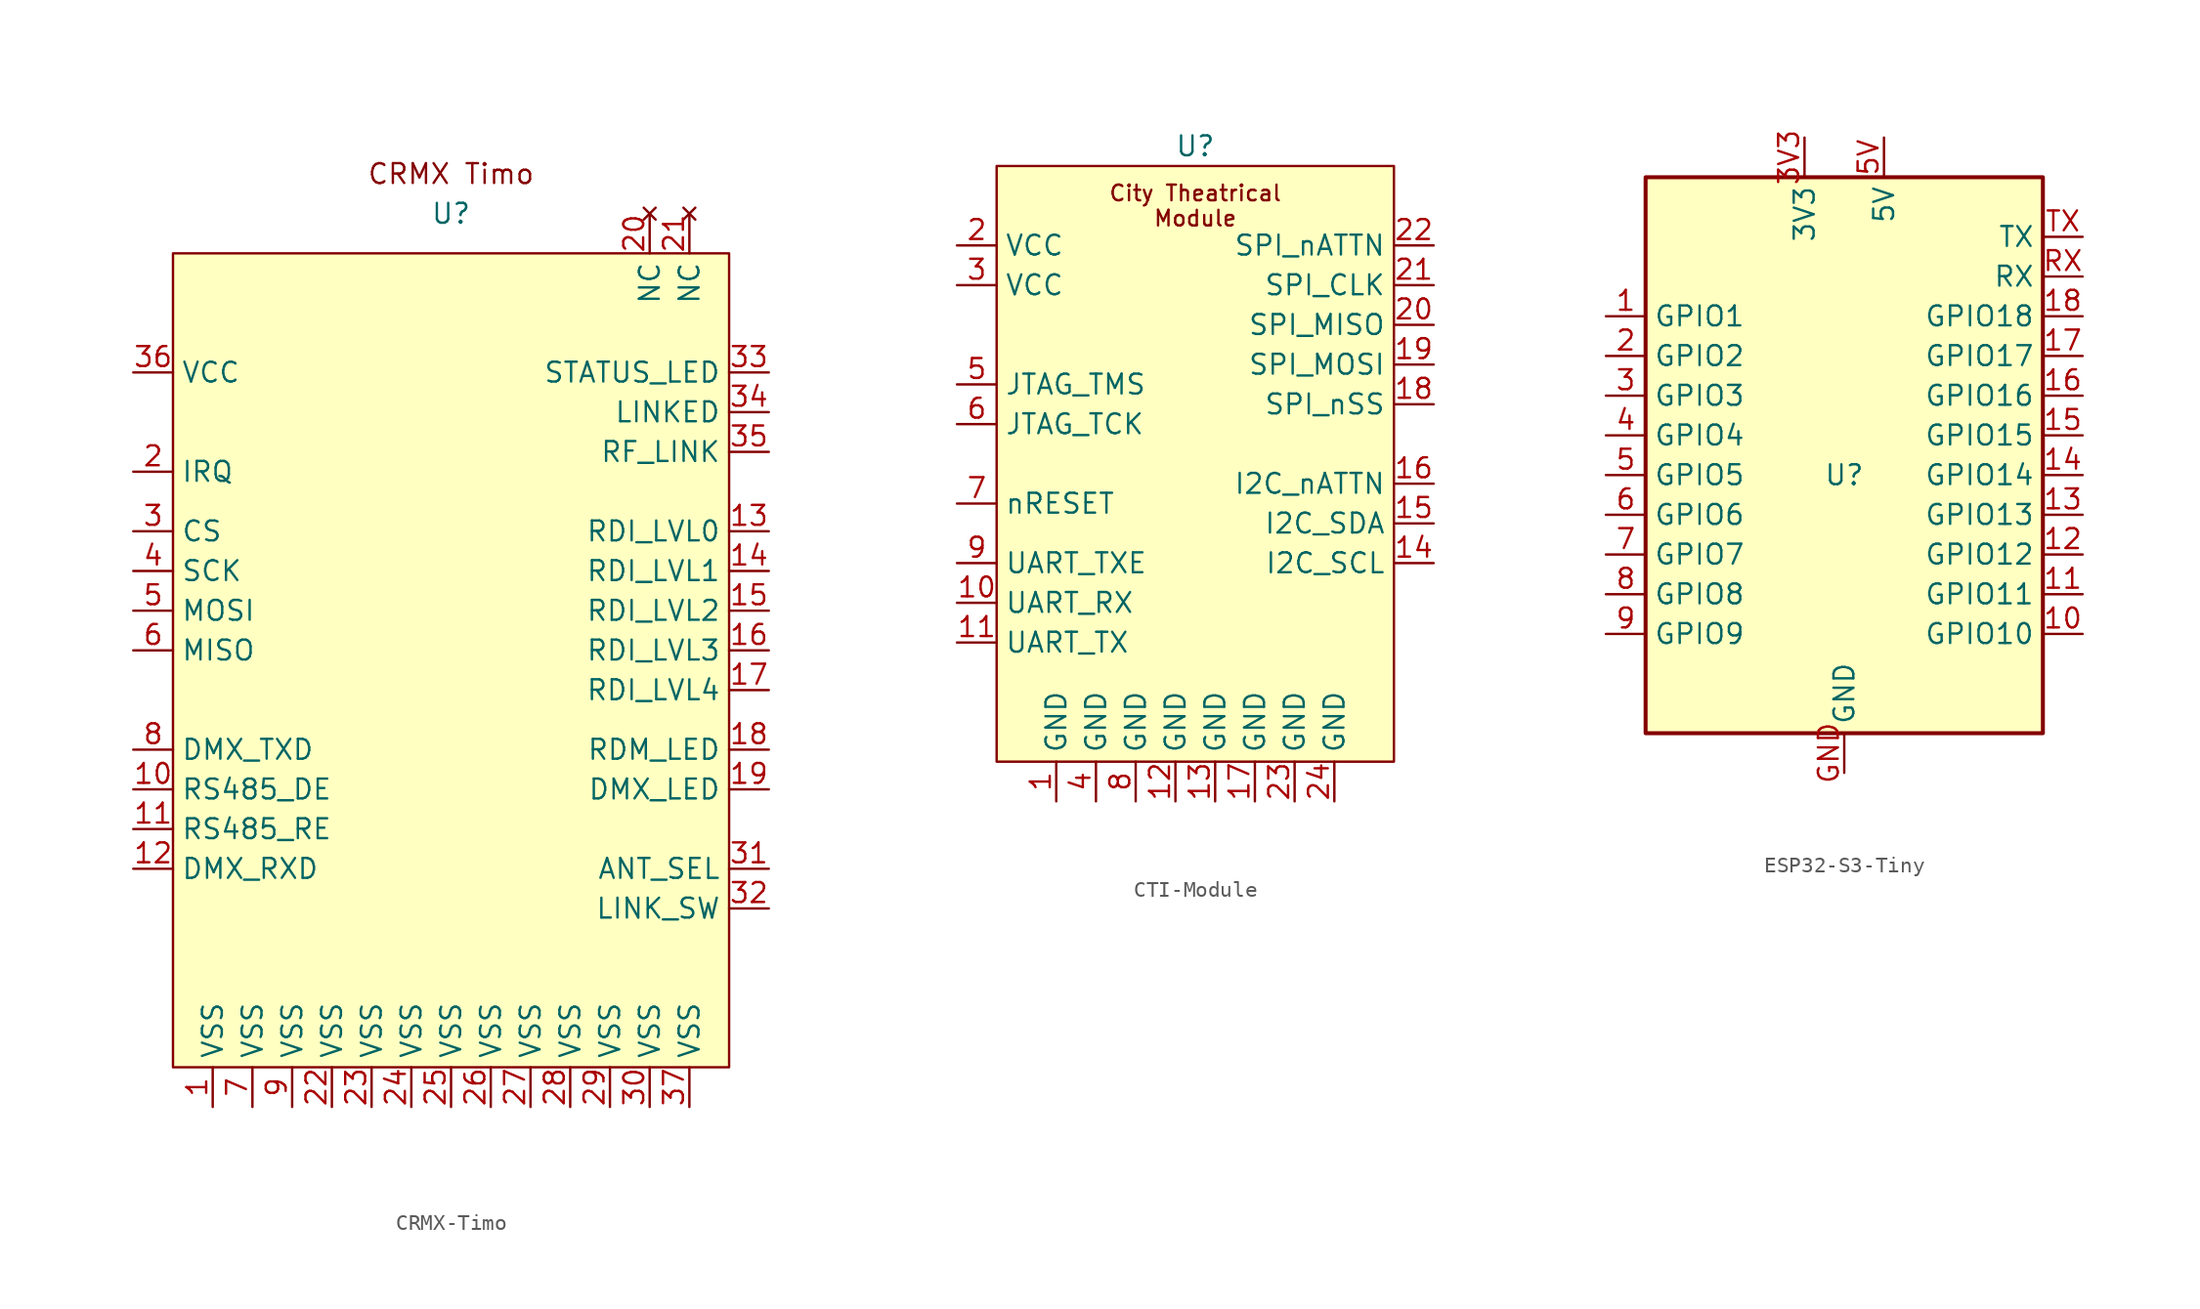
<source format=kicad_sym>
(kicad_symbol_lib
  (version 20231120)
  (generator "kicad_symbol_editor")
  (generator_version "8.0")
  (symbol "CRMX-Timo"
    (property "Reference" "U"
      (at 0 33.02 0)
      (effects (font (size 1.27 1.27))))
    (property "Value" ""
      (at -2.54 2.54 0)
      (effects (font (size 1.27 1.27))))
    (symbol "CRMX-Timo_1_1"
      (rectangle (start -17.78 30.48) (end 17.78 -21.59) (stroke (width 0) (type default)) (fill (type background)))
      (text "CRMX Timo" (at 0 35.56 0) (effects (font (size 1.27 1.27))))
      (pin input line (at -15.24 -24.13 90) (length 2.54) (name "VSS" (effects (font (size 1.27 1.27)))) (number "1" (effects (font (size 1.27 1.27)))))
      (pin output line (at -20.32 -3.81 0) (length 2.54) (name "RS485_DE" (effects (font (size 1.27 1.27)))) (number "10" (effects (font (size 1.27 1.27)))))
      (pin output line (at -20.32 -6.35 0) (length 2.54) (name "RS485_RE" (effects (font (size 1.27 1.27)))) (number "11" (effects (font (size 1.27 1.27)))))
      (pin input line (at -20.32 -8.89 0) (length 2.54) (name "DMX_RXD" (effects (font (size 1.27 1.27)))) (number "12" (effects (font (size 1.27 1.27)))))
      (pin output line (at 20.32 12.7 180) (length 2.54) (name "RDI_LVL0" (effects (font (size 1.27 1.27)))) (number "13" (effects (font (size 1.27 1.27)))))
      (pin output line (at 20.32 10.16 180) (length 2.54) (name "RDI_LVL1" (effects (font (size 1.27 1.27)))) (number "14" (effects (font (size 1.27 1.27)))))
      (pin output line (at 20.32 7.62 180) (length 2.54) (name "RDI_LVL2" (effects (font (size 1.27 1.27)))) (number "15" (effects (font (size 1.27 1.27)))))
      (pin output line (at 20.32 5.08 180) (length 2.54) (name "RDI_LVL3" (effects (font (size 1.27 1.27)))) (number "16" (effects (font (size 1.27 1.27)))))
      (pin output line (at 20.32 2.54 180) (length 2.54) (name "RDI_LVL4" (effects (font (size 1.27 1.27)))) (number "17" (effects (font (size 1.27 1.27)))))
      (pin output line (at 20.32 -1.27 180) (length 2.54) (name "RDM_LED" (effects (font (size 1.27 1.27)))) (number "18" (effects (font (size 1.27 1.27)))))
      (pin output line (at 20.32 -3.81 180) (length 2.54) (name "DMX_LED" (effects (font (size 1.27 1.27)))) (number "19" (effects (font (size 1.27 1.27)))))
      (pin output line (at -20.32 16.51 0) (length 2.54) (name "IRQ" (effects (font (size 1.27 1.27)))) (number "2" (effects (font (size 1.27 1.27)))))
      (pin no_connect line (at 12.7 33.02 270) (length 2.54) (name "NC" (effects (font (size 1.27 1.27)))) (number "20" (effects (font (size 1.27 1.27)))))
      (pin no_connect line (at 15.24 33.02 270) (length 2.54) (name "NC" (effects (font (size 1.27 1.27)))) (number "21" (effects (font (size 1.27 1.27)))))
      (pin input line (at -7.62 -24.13 90) (length 2.54) (name "VSS" (effects (font (size 1.27 1.27)))) (number "22" (effects (font (size 1.27 1.27)))))
      (pin input line (at -5.08 -24.13 90) (length 2.54) (name "VSS" (effects (font (size 1.27 1.27)))) (number "23" (effects (font (size 1.27 1.27)))))
      (pin input line (at -2.54 -24.13 90) (length 2.54) (name "VSS" (effects (font (size 1.27 1.27)))) (number "24" (effects (font (size 1.27 1.27)))))
      (pin input line (at 0 -24.13 90) (length 2.54) (name "VSS" (effects (font (size 1.27 1.27)))) (number "25" (effects (font (size 1.27 1.27)))))
      (pin input line (at 2.54 -24.13 90) (length 2.54) (name "VSS" (effects (font (size 1.27 1.27)))) (number "26" (effects (font (size 1.27 1.27)))))
      (pin input line (at 5.08 -24.13 90) (length 2.54) (name "VSS" (effects (font (size 1.27 1.27)))) (number "27" (effects (font (size 1.27 1.27)))))
      (pin input line (at 7.62 -24.13 90) (length 2.54) (name "VSS" (effects (font (size 1.27 1.27)))) (number "28" (effects (font (size 1.27 1.27)))))
      (pin input line (at 10.16 -24.13 90) (length 2.54) (name "VSS" (effects (font (size 1.27 1.27)))) (number "29" (effects (font (size 1.27 1.27)))))
      (pin input line (at -20.32 12.7 0) (length 2.54) (name "CS" (effects (font (size 1.27 1.27)))) (number "3" (effects (font (size 1.27 1.27)))))
      (pin input line (at 12.7 -24.13 90) (length 2.54) (name "VSS" (effects (font (size 1.27 1.27)))) (number "30" (effects (font (size 1.27 1.27)))))
      (pin input line (at 20.32 -8.89 180) (length 2.54) (name "ANT_SEL" (effects (font (size 1.27 1.27)))) (number "31" (effects (font (size 1.27 1.27)))))
      (pin input line (at 20.32 -11.43 180) (length 2.54) (name "LINK_SW" (effects (font (size 1.27 1.27)))) (number "32" (effects (font (size 1.27 1.27)))))
      (pin output line (at 20.32 22.86 180) (length 2.54) (name "STATUS_LED" (effects (font (size 1.27 1.27)))) (number "33" (effects (font (size 1.27 1.27)))))
      (pin output line (at 20.32 20.32 180) (length 2.54) (name "LINKED" (effects (font (size 1.27 1.27)))) (number "34" (effects (font (size 1.27 1.27)))))
      (pin output line (at 20.32 17.78 180) (length 2.54) (name "RF_LINK" (effects (font (size 1.27 1.27)))) (number "35" (effects (font (size 1.27 1.27)))))
      (pin input line (at -20.32 22.86 0) (length 2.54) (name "VCC" (effects (font (size 1.27 1.27)))) (number "36" (effects (font (size 1.27 1.27)))))
      (pin input line (at 15.24 -24.13 90) (length 2.54) (name "VSS" (effects (font (size 1.27 1.27)))) (number "37" (effects (font (size 1.27 1.27)))))
      (pin input line (at -20.32 10.16 0) (length 2.54) (name "SCK" (effects (font (size 1.27 1.27)))) (number "4" (effects (font (size 1.27 1.27)))))
      (pin input line (at -20.32 7.62 0) (length 2.54) (name "MOSI" (effects (font (size 1.27 1.27)))) (number "5" (effects (font (size 1.27 1.27)))))
      (pin output line (at -20.32 5.08 0) (length 2.54) (name "MISO" (effects (font (size 1.27 1.27)))) (number "6" (effects (font (size 1.27 1.27)))))
      (pin input line (at -12.7 -24.13 90) (length 2.54) (name "VSS" (effects (font (size 1.27 1.27)))) (number "7" (effects (font (size 1.27 1.27)))))
      (pin output line (at -20.32 -1.27 0) (length 2.54) (name "DMX_TXD" (effects (font (size 1.27 1.27)))) (number "8" (effects (font (size 1.27 1.27)))))
      (pin input line (at -10.16 -24.13 90) (length 2.54) (name "VSS" (effects (font (size 1.27 1.27)))) (number "9" (effects (font (size 1.27 1.27)))))))
  (symbol "CTI-Module"
    (property "Reference" "U"
      (at 0 0 0)
      (effects (font (size 1.27 1.27))))
    (property "Value" ""
      (at 0 0 0)
      (effects (font (size 1.27 1.27))))
    (symbol "CTI-Module_1_1"
      (rectangle (start -12.7 -1.27) (end 12.7 -39.37) (stroke (width 0) (type default)) (fill (type background)))
      (text "City Theatrical\nModule" (at 0 -3.81 0) (effects (font (size 1 1))))
      (pin input line (at -8.89 -41.91 90) (length 2.54) (name "GND" (effects (font (size 1.27 1.27)))) (number "1" (effects (font (size 1.27 1.27)))))
      (pin input line (at -15.24 -29.21 0) (length 2.54) (name "UART_RX" (effects (font (size 1.27 1.27)))) (number "10" (effects (font (size 1.27 1.27)))))
      (pin output line (at -15.24 -31.75 0) (length 2.54) (name "UART_TX" (effects (font (size 1.27 1.27)))) (number "11" (effects (font (size 1.27 1.27)))))
      (pin input line (at -1.27 -41.91 90) (length 2.54) (name "GND" (effects (font (size 1.27 1.27)))) (number "12" (effects (font (size 1.27 1.27)))))
      (pin input line (at 1.27 -41.91 90) (length 2.54) (name "GND" (effects (font (size 1.27 1.27)))) (number "13" (effects (font (size 1.27 1.27)))))
      (pin input line (at 15.24 -26.67 180) (length 2.54) (name "I2C_SCL" (effects (font (size 1.27 1.27)))) (number "14" (effects (font (size 1.27 1.27)))))
      (pin bidirectional line (at 15.24 -24.13 180) (length 2.54) (name "I2C_SDA" (effects (font (size 1.27 1.27)))) (number "15" (effects (font (size 1.27 1.27)))))
      (pin output line (at 15.24 -21.59 180) (length 2.54) (name "I2C_nATTN" (effects (font (size 1.27 1.27)))) (number "16" (effects (font (size 1.27 1.27)))))
      (pin input line (at 3.81 -41.91 90) (length 2.54) (name "GND" (effects (font (size 1.27 1.27)))) (number "17" (effects (font (size 1.27 1.27)))))
      (pin input line (at 15.24 -16.51 180) (length 2.54) (name "SPI_nSS" (effects (font (size 1.27 1.27)))) (number "18" (effects (font (size 1.27 1.27)))))
      (pin input line (at 15.24 -13.97 180) (length 2.54) (name "SPI_MOSI" (effects (font (size 1.27 1.27)))) (number "19" (effects (font (size 1.27 1.27)))))
      (pin power_in line (at -15.24 -6.35 0) (length 2.54) (name "VCC" (effects (font (size 1.27 1.27)))) (number "2" (effects (font (size 1.27 1.27)))))
      (pin output line (at 15.24 -11.43 180) (length 2.54) (name "SPI_MISO" (effects (font (size 1.27 1.27)))) (number "20" (effects (font (size 1.27 1.27)))))
      (pin input line (at 15.24 -8.89 180) (length 2.54) (name "SPI_CLK" (effects (font (size 1.27 1.27)))) (number "21" (effects (font (size 1.27 1.27)))))
      (pin output line (at 15.24 -6.35 180) (length 2.54) (name "SPI_nATTN" (effects (font (size 1.27 1.27)))) (number "22" (effects (font (size 1.27 1.27)))))
      (pin input line (at 6.35 -41.91 90) (length 2.54) (name "GND" (effects (font (size 1.27 1.27)))) (number "23" (effects (font (size 1.27 1.27)))))
      (pin input line (at 8.89 -41.91 90) (length 2.54) (name "GND" (effects (font (size 1.27 1.27)))) (number "24" (effects (font (size 1.27 1.27)))))
      (pin power_in line (at -15.24 -8.89 0) (length 2.54) (name "VCC" (effects (font (size 1.27 1.27)))) (number "3" (effects (font (size 1.27 1.27)))))
      (pin input line (at -6.35 -41.91 90) (length 2.54) (name "GND" (effects (font (size 1.27 1.27)))) (number "4" (effects (font (size 1.27 1.27)))))
      (pin bidirectional line (at -15.24 -15.24 0) (length 2.54) (name "JTAG_TMS" (effects (font (size 1.27 1.27)))) (number "5" (effects (font (size 1.27 1.27)))))
      (pin input line (at -15.24 -17.78 0) (length 2.54) (name "JTAG_TCK" (effects (font (size 1.27 1.27)))) (number "6" (effects (font (size 1.27 1.27)))))
      (pin input line (at -15.24 -22.86 0) (length 2.54) (name "nRESET" (effects (font (size 1.27 1.27)))) (number "7" (effects (font (size 1.27 1.27)))))
      (pin input line (at -3.81 -41.91 90) (length 2.54) (name "GND" (effects (font (size 1.27 1.27)))) (number "8" (effects (font (size 1.27 1.27)))))
      (pin output line (at -15.24 -26.67 0) (length 2.54) (name "UART_TXE" (effects (font (size 1.27 1.27)))) (number "9" (effects (font (size 1.27 1.27)))))))
  (symbol "ESP32-S3-Tiny"
    (property "Reference" "U"
      (at 0 0 0)
      (effects (font (size 1.27 1.27))))
    (property "Value" ""
      (at 0 5.08 0)
      (effects (font (size 1.27 1.27))))
    (symbol "ESP32-S3-Tiny_0_1"
      (rectangle (start -12.7 19.05) (end 12.7 -16.51) (stroke (width 0.254) (type default)) (fill (type background))))
    (symbol "ESP32-S3-Tiny_1_1"
      (pin bidirectional line (at -15.24 10.16 0) (length 2.54) (name "GPIO1" (effects (font (size 1.27 1.27)))) (number "1" (effects (font (size 1.27 1.27)))))
      (pin bidirectional line (at 15.24 -10.16 180) (length 2.54) (name "GPIO10" (effects (font (size 1.27 1.27)))) (number "10" (effects (font (size 1.27 1.27)))))
      (pin bidirectional line (at 15.24 -7.62 180) (length 2.54) (name "GPIO11" (effects (font (size 1.27 1.27)))) (number "11" (effects (font (size 1.27 1.27)))))
      (pin bidirectional line (at 15.24 -5.08 180) (length 2.54) (name "GPIO12" (effects (font (size 1.27 1.27)))) (number "12" (effects (font (size 1.27 1.27)))))
      (pin bidirectional line (at 15.24 -2.54 180) (length 2.54) (name "GPIO13" (effects (font (size 1.27 1.27)))) (number "13" (effects (font (size 1.27 1.27)))))
      (pin bidirectional line (at 15.24 0 180) (length 2.54) (name "GPIO14" (effects (font (size 1.27 1.27)))) (number "14" (effects (font (size 1.27 1.27)))))
      (pin bidirectional line (at 15.24 2.54 180) (length 2.54) (name "GPIO15" (effects (font (size 1.27 1.27)))) (number "15" (effects (font (size 1.27 1.27)))))
      (pin bidirectional line (at 15.24 5.08 180) (length 2.54) (name "GPIO16" (effects (font (size 1.27 1.27)))) (number "16" (effects (font (size 1.27 1.27)))))
      (pin bidirectional line (at 15.24 7.62 180) (length 2.54) (name "GPIO17" (effects (font (size 1.27 1.27)))) (number "17" (effects (font (size 1.27 1.27)))))
      (pin bidirectional line (at 15.24 10.16 180) (length 2.54) (name "GPIO18" (effects (font (size 1.27 1.27)))) (number "18" (effects (font (size 1.27 1.27)))))
      (pin bidirectional line (at -15.24 7.62 0) (length 2.54) (name "GPIO2" (effects (font (size 1.27 1.27)))) (number "2" (effects (font (size 1.27 1.27)))))
      (pin bidirectional line (at -15.24 5.08 0) (length 2.54) (name "GPIO3" (effects (font (size 1.27 1.27)))) (number "3" (effects (font (size 1.27 1.27)))))
      (pin power_in line (at -2.54 21.59 270) (length 2.54) (name "3V3" (effects (font (size 1.27 1.27)))) (number "3V3" (effects (font (size 1.27 1.27)))))
      (pin bidirectional line (at -15.24 2.54 0) (length 2.54) (name "GPIO4" (effects (font (size 1.27 1.27)))) (number "4" (effects (font (size 1.27 1.27)))))
      (pin bidirectional line (at -15.24 0 0) (length 2.54) (name "GPIO5" (effects (font (size 1.27 1.27)))) (number "5" (effects (font (size 1.27 1.27)))))
      (pin power_in line (at 2.54 21.59 270) (length 2.54) (name "5V" (effects (font (size 1.27 1.27)))) (number "5V" (effects (font (size 1.27 1.27)))))
      (pin bidirectional line (at -15.24 -2.54 0) (length 2.54) (name "GPIO6" (effects (font (size 1.27 1.27)))) (number "6" (effects (font (size 1.27 1.27)))))
      (pin bidirectional line (at -15.24 -5.08 0) (length 2.54) (name "GPIO7" (effects (font (size 1.27 1.27)))) (number "7" (effects (font (size 1.27 1.27)))))
      (pin bidirectional line (at -15.24 -7.62 0) (length 2.54) (name "GPIO8" (effects (font (size 1.27 1.27)))) (number "8" (effects (font (size 1.27 1.27)))))
      (pin bidirectional line (at -15.24 -10.16 0) (length 2.54) (name "GPIO9" (effects (font (size 1.27 1.27)))) (number "9" (effects (font (size 1.27 1.27)))))
      (pin power_in line (at 0 -19.05 90) (length 2.54) (name "GND" (effects (font (size 1.27 1.27)))) (number "GND" (effects (font (size 1.27 1.27)))))
      (pin bidirectional line (at 15.24 12.7 180) (length 2.54) (name "RX" (effects (font (size 1.27 1.27)))) (number "RX" (effects (font (size 1.27 1.27)))))
      (pin bidirectional line (at 15.24 15.24 180) (length 2.54) (name "TX" (effects (font (size 1.27 1.27)))) (number "TX" (effects (font (size 1.27 1.27))))))))
</source>
